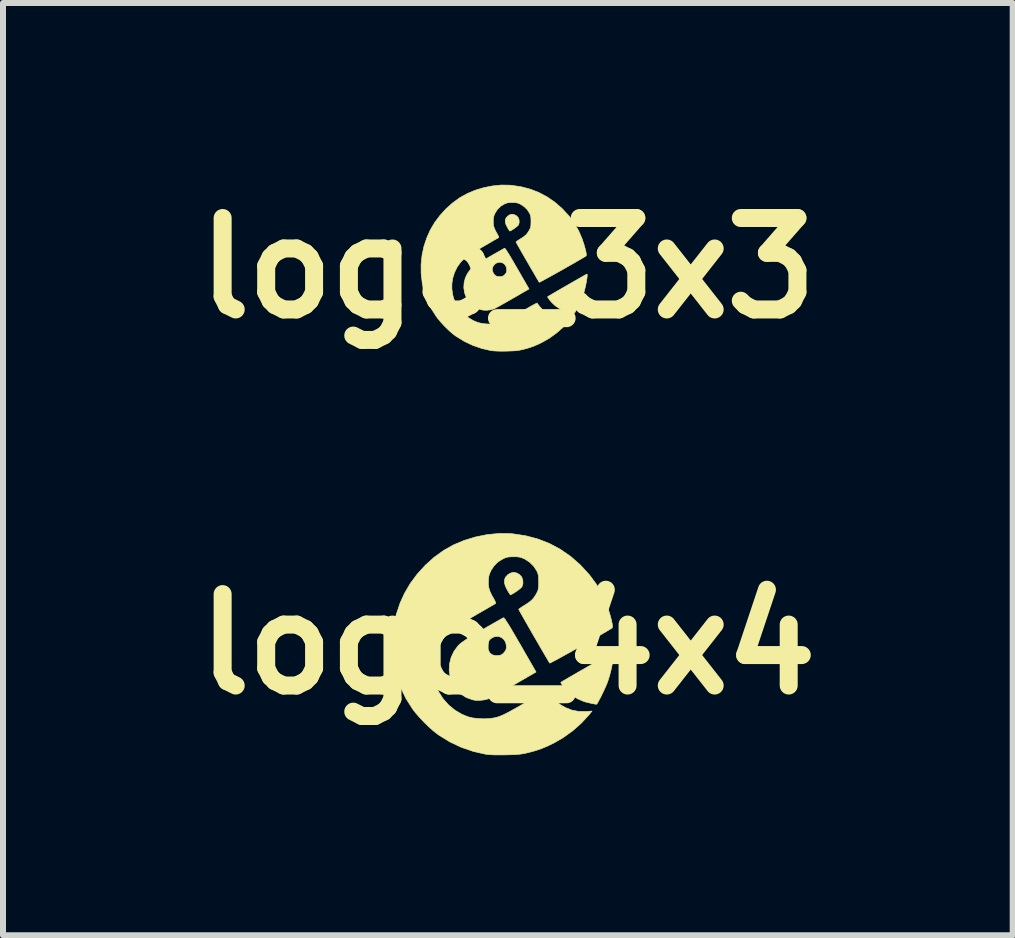
<source format=kicad_pcb>
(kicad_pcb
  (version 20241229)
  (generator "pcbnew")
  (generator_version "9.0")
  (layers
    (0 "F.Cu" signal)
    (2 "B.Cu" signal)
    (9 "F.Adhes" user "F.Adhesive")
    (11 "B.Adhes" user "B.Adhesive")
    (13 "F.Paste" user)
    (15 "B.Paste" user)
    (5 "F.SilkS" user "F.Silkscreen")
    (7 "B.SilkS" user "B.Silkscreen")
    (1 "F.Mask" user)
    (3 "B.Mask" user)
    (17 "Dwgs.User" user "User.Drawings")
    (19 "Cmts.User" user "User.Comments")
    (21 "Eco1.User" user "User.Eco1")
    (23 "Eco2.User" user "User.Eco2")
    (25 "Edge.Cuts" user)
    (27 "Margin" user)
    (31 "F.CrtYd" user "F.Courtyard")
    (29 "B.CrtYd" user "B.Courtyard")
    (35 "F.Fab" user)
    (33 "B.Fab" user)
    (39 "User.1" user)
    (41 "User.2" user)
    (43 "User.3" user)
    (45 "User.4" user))
  (footprint "logo_3x3"
    (layer "F.Cu")
    (at 5.414 1.418)
    (property "Reference" "logo_3x3" (at 0 0 0) (layer "F.SilkS") (effects (font (size 1.524 1.524) (thickness 0.3))))
    (attr through_hole)
    (fp_poly (pts (xy 0.109 -0.89) (xy 0.145 -0.871) (xy 0.171 -0.843) (xy 0.172 -0.842) (xy 0.187 -0.803) (xy 0.189 -0.76) (xy 0.178 -0.721) (xy 0.176 -0.717) (xy 0.163 -0.704) (xy 0.141 -0.685) (xy 0.113 -0.664) (xy 0.083 -0.644) (xy 0.056 -0.627) (xy 0.037 -0.618) (xy 0.032 -0.617) (xy 0.026 -0.624) (xy 0.013 -0.643) (xy -0.003 -0.67) (xy -0.005 -0.674) (xy -0.032 -0.727) (xy -0.043 -0.772) (xy -0.04 -0.811) (xy -0.028 -0.838) (xy -0.003 -0.866) (xy 0.031 -0.888) (xy 0.066 -0.898) (xy 0.072 -0.898) (xy 0.109 -0.89)) (stroke (width 0.01) (type solid)) (fill yes) (layer "F.SilkS"))
    (fp_poly (pts (xy 1.323 0.109) (xy 1.323 0.128) (xy 1.32 0.155) (xy 1.309 0.229) (xy 1.292 0.312) (xy 1.272 0.393) (xy 1.25 0.462) (xy 1.238 0.494) (xy 1.221 0.532) (xy 1.202 0.575) (xy 1.181 0.62) (xy 1.16 0.662) (xy 1.141 0.699) (xy 1.124 0.729) (xy 1.113 0.747) (xy 1.108 0.752) (xy 1.096 0.75) (xy 1.073 0.746) (xy 1.054 0.743) (xy 0.957 0.719) (xy 0.871 0.682) (xy 0.794 0.631) (xy 0.761 0.601) (xy 0.732 0.573) (xy 0.706 0.543) (xy 0.684 0.515) (xy 0.669 0.493) (xy 0.663 0.479) (xy 0.663 0.477) (xy 0.672 0.471) (xy 0.695 0.458) (xy 0.729 0.438) (xy 0.773 0.412) (xy 0.824 0.382) (xy 0.881 0.349) (xy 0.942 0.314) (xy 1.004 0.278) (xy 1.065 0.243) (xy 1.125 0.209) (xy 1.179 0.178) (xy 1.227 0.15) (xy 1.266 0.128) (xy 1.294 0.112) (xy 1.31 0.104) (xy 1.312 0.103) (xy 1.32 0.102) (xy 1.323 0.109)) (stroke (width 0.01) (type solid)) (fill yes) (layer "F.SilkS"))
    (fp_poly (pts (xy -0.047 -0.326) (xy -0.034 -0.31) (xy -0.015 -0.281) (xy 0.012 -0.239) (xy 0.046 -0.183) (xy 0.087 -0.113) (xy 0.137 -0.027) (xy 0.156 0.006) (xy 0.353 0.348) (xy 0.079 0.506) (xy 0.013 0.544) (xy -0.05 0.58) (xy -0.107 0.612) (xy -0.157 0.64) (xy -0.197 0.661) (xy -0.225 0.676) (xy -0.237 0.681) (xy -0.291 0.696) (xy -0.351 0.703) (xy -0.41 0.701) (xy -0.44 0.695) (xy -0.52 0.667) (xy -0.588 0.624) (xy -0.645 0.567) (xy -0.689 0.498) (xy -0.72 0.417) (xy -0.721 0.411) (xy -0.734 0.329) (xy -0.729 0.246) (xy -0.709 0.165) (xy -0.673 0.09) (xy -0.624 0.023) (xy -0.619 0.018) (xy -0.26 0.018) (xy -0.252 0.061) (xy -0.246 0.075) (xy -0.222 0.112) (xy -0.192 0.134) (xy -0.153 0.143) (xy -0.128 0.142) (xy -0.096 0.138) (xy -0.075 0.13) (xy -0.055 0.113) (xy -0.048 0.106) (xy -0.029 0.081) (xy -0.02 0.058) (xy -0.018 0.029) (xy -0.026 -0.018) (xy -0.046 -0.055) (xy -0.076 -0.081) (xy -0.112 -0.096) (xy -0.152 -0.097) (xy -0.192 -0.083) (xy -0.223 -0.06) (xy -0.251 -0.022) (xy -0.26 0.018) (xy -0.619 0.018) (xy -0.599 -0.003) (xy -0.571 -0.025) (xy -0.527 -0.055) (xy -0.468 -0.092) (xy -0.395 -0.136) (xy -0.309 -0.187) (xy -0.307 -0.188) (xy -0.246 -0.223) (xy -0.191 -0.254) (xy -0.142 -0.282) (xy -0.102 -0.305) (xy -0.072 -0.321) (xy -0.056 -0.33) (xy -0.054 -0.331) (xy -0.047 -0.326)) (stroke (width 0.01) (type solid)) (fill yes) (layer "F.SilkS"))
    (fp_poly (pts (xy 0.031 -1.382) (xy 0.063 -1.379) (xy 0.223 -1.355) (xy 0.376 -1.315) (xy 0.52 -1.258) (xy 0.656 -1.186) (xy 0.785 -1.096) (xy 0.906 -0.991) (xy 0.912 -0.984) (xy 1.018 -0.87) (xy 1.107 -0.749) (xy 1.181 -0.62) (xy 1.24 -0.481) (xy 1.273 -0.38) (xy 1.292 -0.311) (xy 1.304 -0.259) (xy 1.308 -0.224) (xy 1.305 -0.205) (xy 1.303 -0.202) (xy 1.276 -0.185) (xy 1.237 -0.162) (xy 1.189 -0.134) (xy 1.134 -0.102) (xy 1.072 -0.066) (xy 1.006 -0.029) (xy 0.938 0.01) (xy 0.869 0.049) (xy 0.802 0.086) (xy 0.738 0.122) (xy 0.679 0.155) (xy 0.627 0.183) (xy 0.584 0.207) (xy 0.551 0.224) (xy 0.53 0.235) (xy 0.524 0.237) (xy 0.518 0.228) (xy 0.504 0.205) (xy 0.483 0.17) (xy 0.457 0.125) (xy 0.427 0.073) (xy 0.393 0.016) (xy 0.358 -0.046) (xy 0.321 -0.109) (xy 0.285 -0.171) (xy 0.25 -0.232) (xy 0.218 -0.288) (xy 0.19 -0.338) (xy 0.166 -0.38) (xy 0.149 -0.411) (xy 0.138 -0.43) (xy 0.136 -0.436) (xy 0.143 -0.443) (xy 0.163 -0.457) (xy 0.191 -0.475) (xy 0.212 -0.488) (xy 0.261 -0.52) (xy 0.298 -0.55) (xy 0.326 -0.582) (xy 0.351 -0.621) (xy 0.361 -0.639) (xy 0.373 -0.662) (xy 0.38 -0.684) (xy 0.384 -0.71) (xy 0.385 -0.744) (xy 0.386 -0.776) (xy 0.385 -0.82) (xy 0.383 -0.851) (xy 0.378 -0.876) (xy 0.369 -0.9) (xy 0.36 -0.917) (xy 0.323 -0.975) (xy 0.271 -1.025) (xy 0.21 -1.065) (xy 0.201 -1.069) (xy 0.171 -1.082) (xy 0.142 -1.089) (xy 0.108 -1.092) (xy 0.073 -1.093) (xy 0.029 -1.092) (xy -0.003 -1.088) (xy -0.031 -1.08) (xy -0.056 -1.069) (xy -0.121 -1.03) (xy -0.172 -0.979) (xy -0.209 -0.923) (xy -0.227 -0.886) (xy -0.237 -0.853) (xy -0.242 -0.813) (xy -0.243 -0.797) (xy -0.243 -0.747) (xy -0.237 -0.701) (xy -0.222 -0.656) (xy -0.197 -0.605) (xy -0.181 -0.577) (xy -0.163 -0.543) (xy -0.154 -0.522) (xy -0.153 -0.51) (xy -0.156 -0.507) (xy -0.167 -0.5) (xy -0.191 -0.486) (xy -0.227 -0.466) (xy -0.273 -0.439) (xy -0.326 -0.408) (xy -0.385 -0.374) (xy -0.414 -0.357) (xy -0.478 -0.32) (xy -0.538 -0.285) (xy -0.593 -0.251) (xy -0.641 -0.222) (xy -0.678 -0.198) (xy -0.703 -0.181) (xy -0.708 -0.177) (xy -0.782 -0.104) (xy -0.843 -0.02) (xy -0.89 0.076) (xy -0.917 0.163) (xy -0.932 0.251) (xy -0.933 0.346) (xy -0.92 0.44) (xy -0.904 0.505) (xy -0.865 0.596) (xy -0.81 0.682) (xy -0.742 0.758) (xy -0.663 0.823) (xy -0.575 0.876) (xy -0.499 0.907) (xy -0.441 0.921) (xy -0.372 0.93) (xy -0.299 0.933) (xy -0.229 0.93) (xy -0.171 0.922) (xy -0.144 0.915) (xy -0.119 0.908) (xy -0.093 0.899) (xy -0.064 0.886) (xy -0.03 0.87) (xy 0.011 0.849) (xy 0.06 0.822) (xy 0.12 0.788) (xy 0.192 0.747) (xy 0.243 0.717) (xy 0.303 0.683) (xy 0.357 0.652) (xy 0.404 0.625) (xy 0.443 0.604) (xy 0.47 0.59) (xy 0.484 0.583) (xy 0.485 0.582) (xy 0.492 0.59) (xy 0.506 0.609) (xy 0.525 0.634) (xy 0.586 0.702) (xy 0.66 0.759) (xy 0.721 0.794) (xy 0.8 0.824) (xy 0.88 0.84) (xy 0.967 0.842) (xy 0.976 0.841) (xy 1.052 0.837) (xy 1.014 0.883) (xy 0.919 0.987) (xy 0.81 1.083) (xy 0.692 1.168) (xy 0.581 1.232) (xy 0.498 1.273) (xy 0.422 1.305) (xy 0.345 1.331) (xy 0.261 1.354) (xy 0.245 1.358) (xy 0.207 1.366) (xy 0.171 1.373) (xy 0.134 1.377) (xy 0.09 1.38) (xy 0.037 1.382) (xy -0.027 1.384) (xy -0.112 1.385) (xy -0.181 1.383) (xy -0.236 1.38) (xy -0.281 1.375) (xy -0.433 1.34) (xy -0.582 1.289) (xy -0.724 1.222) (xy -0.859 1.139) (xy -0.889 1.118) (xy -0.939 1.078) (xy -0.994 1.028) (xy -1.052 0.971) (xy -1.107 0.912) (xy -1.156 0.855) (xy -1.19 0.811) (xy -1.274 0.678) (xy -1.342 0.538) (xy -1.393 0.393) (xy -1.427 0.245) (xy -1.445 0.093) (xy -1.446 -0.06) (xy -1.43 -0.213) (xy -1.398 -0.364) (xy -1.348 -0.512) (xy -1.292 -0.636) (xy -1.22 -0.759) (xy -1.132 -0.876) (xy -1.032 -0.986) (xy -0.922 -1.085) (xy -0.805 -1.17) (xy -0.802 -1.172) (xy -0.678 -1.241) (xy -0.545 -1.297) (xy -0.403 -1.34) (xy -0.258 -1.369) (xy -0.112 -1.384) (xy 0.031 -1.382)) (stroke (width 0.01) (type solid)) (fill yes) (layer "F.SilkS")))
  (footprint "logo_4x4"
    (layer "F.Cu")
    (at 5.414 7.686)
    (property "Reference" "logo_4x4" (at 0 0 0) (layer "F.SilkS") (effects (font (size 1.524 1.524) (thickness 0.3))))
    (attr through_hole)
    (fp_poly (pts (xy 0.146 -1.187) (xy 0.193 -1.161) (xy 0.228 -1.124) (xy 0.229 -1.123) (xy 0.249 -1.07) (xy 0.252 -1.013) (xy 0.237 -0.962) (xy 0.234 -0.956) (xy 0.218 -0.938) (xy 0.188 -0.913) (xy 0.15 -0.885) (xy 0.11 -0.858) (xy 0.075 -0.837) (xy 0.049 -0.824) (xy 0.043 -0.822) (xy 0.035 -0.832) (xy 0.018 -0.857) (xy -0.004 -0.893) (xy -0.007 -0.898) (xy -0.042 -0.969) (xy -0.058 -1.029) (xy -0.053 -1.082) (xy -0.038 -1.117) (xy -0.004 -1.155) (xy 0.041 -1.183) (xy 0.088 -1.197) (xy 0.096 -1.197) (xy 0.146 -1.187)) (stroke (width 0.01) (type solid)) (fill yes) (layer "F.SilkS"))
    (fp_poly (pts (xy 1.764 0.145) (xy 1.764 0.171) (xy 1.76 0.207) (xy 1.746 0.306) (xy 1.723 0.416) (xy 1.696 0.524) (xy 1.667 0.616) (xy 1.651 0.658) (xy 1.629 0.71) (xy 1.603 0.767) (xy 1.575 0.826) (xy 1.547 0.883) (xy 1.521 0.932) (xy 1.499 0.972) (xy 1.484 0.996) (xy 1.477 1.002) (xy 1.462 1) (xy 1.431 0.995) (xy 1.406 0.99) (xy 1.276 0.959) (xy 1.162 0.91) (xy 1.059 0.841) (xy 1.014 0.801) (xy 0.976 0.763) (xy 0.941 0.724) (xy 0.912 0.687) (xy 0.891 0.657) (xy 0.883 0.639) (xy 0.884 0.636) (xy 0.896 0.628) (xy 0.926 0.61) (xy 0.972 0.584) (xy 1.03 0.549) (xy 1.099 0.51) (xy 1.175 0.465) (xy 1.256 0.419) (xy 1.339 0.371) (xy 1.421 0.324) (xy 1.499 0.278) (xy 1.572 0.237) (xy 1.636 0.201) (xy 1.688 0.171) (xy 1.726 0.15) (xy 1.747 0.138) (xy 1.75 0.137) (xy 1.76 0.136) (xy 1.764 0.145)) (stroke (width 0.01) (type solid)) (fill yes) (layer "F.SilkS"))
    (fp_poly (pts (xy -0.063 -0.435) (xy -0.045 -0.413) (xy -0.02 -0.375) (xy 0.016 -0.319) (xy 0.061 -0.244) (xy 0.116 -0.15) (xy 0.182 -0.036) (xy 0.208 0.008) (xy 0.47 0.464) (xy 0.105 0.675) (xy 0.017 0.726) (xy -0.067 0.773) (xy -0.143 0.816) (xy -0.209 0.853) (xy -0.263 0.882) (xy -0.3 0.901) (xy -0.316 0.908) (xy -0.388 0.928) (xy -0.469 0.937) (xy -0.547 0.935) (xy -0.587 0.927) (xy -0.693 0.889) (xy -0.785 0.831) (xy -0.86 0.756) (xy -0.919 0.664) (xy -0.959 0.556) (xy -0.962 0.548) (xy -0.978 0.438) (xy -0.972 0.328) (xy -0.945 0.22) (xy -0.898 0.12) (xy -0.832 0.03) (xy -0.826 0.024) (xy -0.347 0.024) (xy -0.336 0.082) (xy -0.328 0.099) (xy -0.296 0.15) (xy -0.256 0.179) (xy -0.204 0.19) (xy -0.17 0.19) (xy -0.129 0.185) (xy -0.1 0.173) (xy -0.073 0.151) (xy -0.065 0.141) (xy -0.039 0.109) (xy -0.027 0.078) (xy -0.024 0.038) (xy -0.034 -0.023) (xy -0.061 -0.073) (xy -0.101 -0.108) (xy -0.15 -0.128) (xy -0.203 -0.129) (xy -0.256 -0.111) (xy -0.298 -0.08) (xy -0.334 -0.03) (xy -0.347 0.024) (xy -0.826 0.024) (xy -0.798 -0.004) (xy -0.761 -0.033) (xy -0.703 -0.073) (xy -0.624 -0.123) (xy -0.527 -0.182) (xy -0.412 -0.249) (xy -0.409 -0.251) (xy -0.328 -0.297) (xy -0.254 -0.339) (xy -0.189 -0.376) (xy -0.136 -0.406) (xy -0.097 -0.428) (xy -0.075 -0.439) (xy -0.071 -0.441) (xy -0.063 -0.435)) (stroke (width 0.01) (type solid)) (fill yes) (layer "F.SilkS"))
    (fp_poly (pts (xy 0.042 -1.843) (xy 0.084 -1.839) (xy 0.298 -1.807) (xy 0.501 -1.753) (xy 0.693 -1.678) (xy 0.875 -1.581) (xy 1.047 -1.462) (xy 1.208 -1.321) (xy 1.216 -1.312) (xy 1.357 -1.159) (xy 1.476 -0.998) (xy 1.574 -0.827) (xy 1.654 -0.641) (xy 1.698 -0.506) (xy 1.723 -0.415) (xy 1.738 -0.346) (xy 1.744 -0.298) (xy 1.74 -0.273) (xy 1.737 -0.269) (xy 1.701 -0.247) (xy 1.65 -0.216) (xy 1.586 -0.179) (xy 1.512 -0.136) (xy 1.429 -0.088) (xy 1.342 -0.038) (xy 1.251 0.013) (xy 1.159 0.065) (xy 1.07 0.115) (xy 0.984 0.163) (xy 0.906 0.206) (xy 0.836 0.245) (xy 0.778 0.276) (xy 0.734 0.299) (xy 0.707 0.313) (xy 0.698 0.316) (xy 0.69 0.304) (xy 0.671 0.273) (xy 0.644 0.226) (xy 0.609 0.167) (xy 0.569 0.098) (xy 0.524 0.021) (xy 0.477 -0.061) (xy 0.428 -0.145) (xy 0.38 -0.228) (xy 0.334 -0.309) (xy 0.291 -0.384) (xy 0.253 -0.451) (xy 0.222 -0.506) (xy 0.198 -0.548) (xy 0.185 -0.574) (xy 0.181 -0.581) (xy 0.191 -0.59) (xy 0.217 -0.609) (xy 0.255 -0.634) (xy 0.283 -0.651) (xy 0.348 -0.694) (xy 0.397 -0.733) (xy 0.435 -0.776) (xy 0.468 -0.827) (xy 0.481 -0.851) (xy 0.497 -0.883) (xy 0.506 -0.912) (xy 0.512 -0.946) (xy 0.514 -0.992) (xy 0.514 -1.034) (xy 0.513 -1.093) (xy 0.51 -1.135) (xy 0.503 -1.168) (xy 0.492 -1.2) (xy 0.481 -1.223) (xy 0.43 -1.3) (xy 0.362 -1.367) (xy 0.28 -1.42) (xy 0.268 -1.425) (xy 0.227 -1.442) (xy 0.189 -1.452) (xy 0.144 -1.457) (xy 0.097 -1.457) (xy 0.039 -1.456) (xy -0.004 -1.451) (xy -0.042 -1.44) (xy -0.074 -1.426) (xy -0.161 -1.374) (xy -0.23 -1.306) (xy -0.279 -1.231) (xy -0.302 -1.182) (xy -0.316 -1.137) (xy -0.323 -1.084) (xy -0.324 -1.063) (xy -0.325 -0.996) (xy -0.316 -0.935) (xy -0.296 -0.874) (xy -0.263 -0.806) (xy -0.241 -0.769) (xy -0.217 -0.724) (xy -0.205 -0.696) (xy -0.204 -0.68) (xy -0.208 -0.676) (xy -0.222 -0.667) (xy -0.255 -0.648) (xy -0.302 -0.621) (xy -0.363 -0.585) (xy -0.435 -0.544) (xy -0.513 -0.499) (xy -0.552 -0.476) (xy -0.637 -0.427) (xy -0.717 -0.38) (xy -0.791 -0.335) (xy -0.854 -0.296) (xy -0.904 -0.264) (xy -0.937 -0.241) (xy -0.944 -0.236) (xy -1.043 -0.139) (xy -1.124 -0.026) (xy -1.186 0.101) (xy -1.223 0.217) (xy -1.242 0.335) (xy -1.243 0.461) (xy -1.227 0.587) (xy -1.205 0.673) (xy -1.153 0.795) (xy -1.08 0.909) (xy -0.99 1.011) (xy -0.885 1.098) (xy -0.767 1.168) (xy -0.665 1.21) (xy -0.588 1.229) (xy -0.496 1.24) (xy -0.398 1.244) (xy -0.305 1.24) (xy -0.228 1.229) (xy -0.193 1.221) (xy -0.159 1.211) (xy -0.124 1.198) (xy -0.085 1.182) (xy -0.04 1.16) (xy 0.015 1.132) (xy 0.08 1.096) (xy 0.16 1.051) (xy 0.256 0.996) (xy 0.325 0.956) (xy 0.404 0.911) (xy 0.476 0.869) (xy 0.539 0.834) (xy 0.59 0.806) (xy 0.626 0.786) (xy 0.645 0.777) (xy 0.647 0.776) (xy 0.656 0.787) (xy 0.675 0.812) (xy 0.7 0.846) (xy 0.781 0.936) (xy 0.88 1.012) (xy 0.962 1.058) (xy 1.067 1.099) (xy 1.174 1.12) (xy 1.29 1.122) (xy 1.301 1.122) (xy 1.403 1.115) (xy 1.352 1.178) (xy 1.225 1.316) (xy 1.08 1.444) (xy 0.923 1.557) (xy 0.775 1.643) (xy 0.664 1.697) (xy 0.562 1.74) (xy 0.46 1.775) (xy 0.348 1.805) (xy 0.327 1.81) (xy 0.276 1.822) (xy 0.228 1.83) (xy 0.178 1.836) (xy 0.12 1.84) (xy 0.049 1.843) (xy -0.036 1.845) (xy -0.149 1.846) (xy -0.241 1.845) (xy -0.315 1.84) (xy -0.375 1.833) (xy -0.577 1.787) (xy -0.775 1.719) (xy -0.966 1.629) (xy -1.145 1.519) (xy -1.185 1.49) (xy -1.251 1.437) (xy -1.326 1.37) (xy -1.402 1.295) (xy -1.476 1.216) (xy -1.542 1.14) (xy -1.587 1.081) (xy -1.699 0.904) (xy -1.789 0.718) (xy -1.857 0.525) (xy -1.903 0.326) (xy -1.927 0.124) (xy -1.928 -0.08) (xy -1.907 -0.283) (xy -1.863 -0.485) (xy -1.797 -0.683) (xy -1.722 -0.848) (xy -1.626 -1.012) (xy -1.51 -1.168) (xy -1.376 -1.315) (xy -1.23 -1.447) (xy -1.073 -1.56) (xy -1.069 -1.563) (xy -0.905 -1.655) (xy -0.726 -1.73) (xy -0.538 -1.787) (xy -0.344 -1.826) (xy -0.149 -1.845) (xy 0.042 -1.843)) (stroke (width 0.01) (type solid)) (fill yes) (layer "F.SilkS")))
  (gr_rect
    (start -3 -3)
    (end 13.828 12.537)
    (stroke (width 0.1) (type default))
    (fill no)
    (layer "Edge.Cuts")))
</source>
